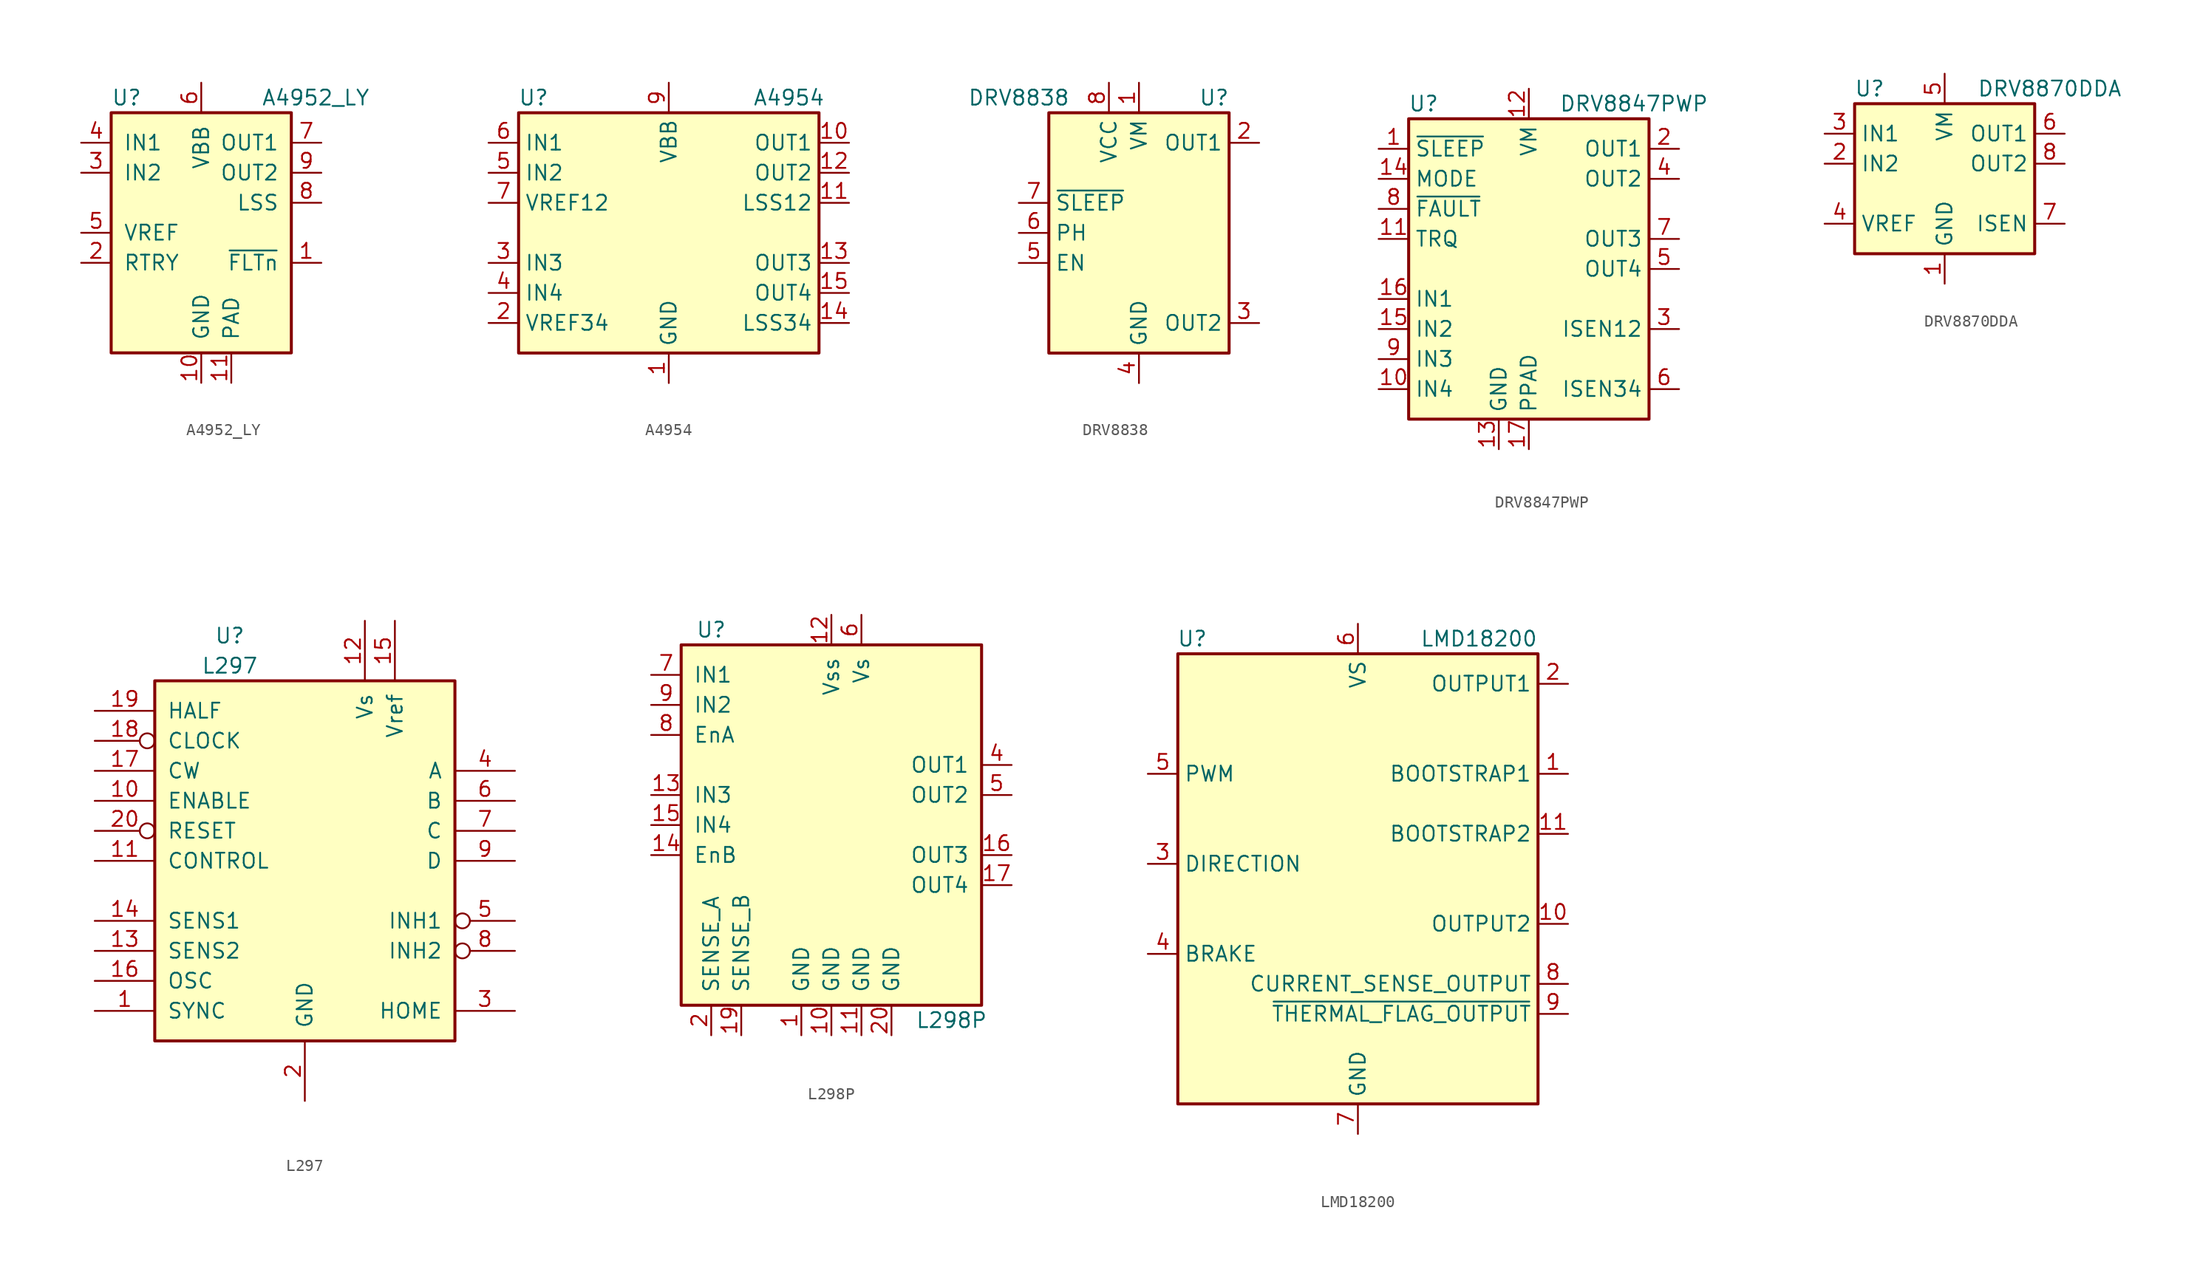
<source format=kicad_sym>
(kicad_symbol_lib
  (version 20201005)
  (generator kicad_symbol_editor)
  (symbol "Driver_Motor:A4952_LY"
    (pin_names
      (offset 1.016))
    (property "Reference" "U"
      (at -7.62 11.43 0)
      (effects (font (size 1.27 1.27)) (justify left)))
    (property "Value" "A4952_LY"
      (at 5.08 11.43 0)
      (effects (font (size 1.27 1.27)) (justify left)))
    (symbol "A4952_LY_0_1"
      (rectangle (start -7.62 10.16) (end 7.62 -10.16) (stroke (width 0.254)) (fill (type background))))
    (symbol "A4952_LY_1_1"
      (pin output line (at 10.16 -2.54 180) (length 2.54) (name "~FLTn" (effects (font (size 1.27 1.27)))) (number "1" (effects (font (size 1.27 1.27)))))
      (pin power_in line (at 0 -12.7 90) (length 2.54) (name "GND" (effects (font (size 1.27 1.27)))) (number "10" (effects (font (size 1.27 1.27)))))
      (pin power_in line (at 2.54 -12.7 90) (length 2.54) (name "PAD" (effects (font (size 1.27 1.27)))) (number "11" (effects (font (size 1.27 1.27)))))
      (pin input line (at -10.16 -2.54 0) (length 2.54) (name "RTRY" (effects (font (size 1.27 1.27)))) (number "2" (effects (font (size 1.27 1.27)))))
      (pin input line (at -10.16 5.08 0) (length 2.54) (name "IN2" (effects (font (size 1.27 1.27)))) (number "3" (effects (font (size 1.27 1.27)))))
      (pin input line (at -10.16 7.62 0) (length 2.54) (name "IN1" (effects (font (size 1.27 1.27)))) (number "4" (effects (font (size 1.27 1.27)))))
      (pin passive line (at -10.16 0 0) (length 2.54) (name "VREF" (effects (font (size 1.27 1.27)))) (number "5" (effects (font (size 1.27 1.27)))))
      (pin power_in line (at 0 12.7 270) (length 2.54) (name "VBB" (effects (font (size 1.27 1.27)))) (number "6" (effects (font (size 1.27 1.27)))))
      (pin power_out line (at 10.16 7.62 180) (length 2.54) (name "OUT1" (effects (font (size 1.27 1.27)))) (number "7" (effects (font (size 1.27 1.27)))))
      (pin power_in line (at 10.16 2.54 180) (length 2.54) (name "LSS" (effects (font (size 1.27 1.27)))) (number "8" (effects (font (size 1.27 1.27)))))
      (pin power_out line (at 10.16 5.08 180) (length 2.54) (name "OUT2" (effects (font (size 1.27 1.27)))) (number "9" (effects (font (size 1.27 1.27)))))))
  (symbol "Driver_Motor:A4954"
    (property "Reference" "U"
      (at -11.43 11.43 0)
      (effects (font (size 1.27 1.27))))
    (property "Value" "A4954"
      (at 10.16 11.43 0)
      (effects (font (size 1.27 1.27))))
    (symbol "A4954_0_1"
      (rectangle (start -12.7 10.16) (end 12.7 -10.16) (stroke (width 0.254)) (fill (type background))))
    (symbol "A4954_1_1"
      (pin power_in line (at 0 -12.7 90) (length 2.54) (name "GND" (effects (font (size 1.27 1.27)))) (number "1" (effects (font (size 1.27 1.27)))))
      (pin power_out line (at 15.24 7.62 180) (length 2.54) (name "OUT1" (effects (font (size 1.27 1.27)))) (number "10" (effects (font (size 1.27 1.27)))))
      (pin power_in line (at 15.24 2.54 180) (length 2.54) (name "LSS12" (effects (font (size 1.27 1.27)))) (number "11" (effects (font (size 1.27 1.27)))))
      (pin power_out line (at 15.24 5.08 180) (length 2.54) (name "OUT2" (effects (font (size 1.27 1.27)))) (number "12" (effects (font (size 1.27 1.27)))))
      (pin power_out line (at 15.24 -2.54 180) (length 2.54) (name "OUT3" (effects (font (size 1.27 1.27)))) (number "13" (effects (font (size 1.27 1.27)))))
      (pin power_in line (at 15.24 -7.62 180) (length 2.54) (name "LSS34" (effects (font (size 1.27 1.27)))) (number "14" (effects (font (size 1.27 1.27)))))
      (pin power_out line (at 15.24 -5.08 180) (length 2.54) (name "OUT4" (effects (font (size 1.27 1.27)))) (number "15" (effects (font (size 1.27 1.27)))))
      (pin passive line (at 0 12.7 270) (length 2.54) hide (name "VBB" (effects (font (size 1.27 1.27)))) (number "16" (effects (font (size 1.27 1.27)))))
      (pin passive line (at 0 -12.7 90) (length 2.54) hide (name "GND" (effects (font (size 1.27 1.27)))) (number "17" (effects (font (size 1.27 1.27)))))
      (pin input line (at -15.24 -7.62 0) (length 2.54) (name "VREF34" (effects (font (size 1.27 1.27)))) (number "2" (effects (font (size 1.27 1.27)))))
      (pin input line (at -15.24 -2.54 0) (length 2.54) (name "IN3" (effects (font (size 1.27 1.27)))) (number "3" (effects (font (size 1.27 1.27)))))
      (pin input line (at -15.24 -5.08 0) (length 2.54) (name "IN4" (effects (font (size 1.27 1.27)))) (number "4" (effects (font (size 1.27 1.27)))))
      (pin input line (at -15.24 5.08 0) (length 2.54) (name "IN2" (effects (font (size 1.27 1.27)))) (number "5" (effects (font (size 1.27 1.27)))))
      (pin input line (at -15.24 7.62 0) (length 2.54) (name "IN1" (effects (font (size 1.27 1.27)))) (number "6" (effects (font (size 1.27 1.27)))))
      (pin input line (at -15.24 2.54 0) (length 2.54) (name "VREF12" (effects (font (size 1.27 1.27)))) (number "7" (effects (font (size 1.27 1.27)))))
      (pin passive line (at 0 -12.7 90) (length 2.54) hide (name "GND" (effects (font (size 1.27 1.27)))) (number "8" (effects (font (size 1.27 1.27)))))
      (pin power_in line (at 0 12.7 270) (length 2.54) (name "VBB" (effects (font (size 1.27 1.27)))) (number "9" (effects (font (size 1.27 1.27)))))))
  (symbol "Driver_Motor:DRV8838"
    (property "Reference" "U"
      (at 6.35 11.43 0)
      (effects (font (size 1.27 1.27))))
    (property "Value" "DRV8838"
      (at -10.16 11.43 0)
      (effects (font (size 1.27 1.27))))
    (symbol "DRV8838_0_1"
      (rectangle (start -7.62 10.16) (end 7.62 -10.16) (stroke (width 0.254)) (fill (type background))))
    (symbol "DRV8838_1_1"
      (pin power_in line (at 0 12.7 270) (length 2.54) (name "VM" (effects (font (size 1.27 1.27)))) (number "1" (effects (font (size 1.27 1.27)))))
      (pin output line (at 10.16 7.62 180) (length 2.54) (name "OUT1" (effects (font (size 1.27 1.27)))) (number "2" (effects (font (size 1.27 1.27)))))
      (pin output line (at 10.16 -7.62 180) (length 2.54) (name "OUT2" (effects (font (size 1.27 1.27)))) (number "3" (effects (font (size 1.27 1.27)))))
      (pin power_in line (at 0 -12.7 90) (length 2.54) (name "GND" (effects (font (size 1.27 1.27)))) (number "4" (effects (font (size 1.27 1.27)))))
      (pin input line (at -10.16 -2.54 0) (length 2.54) (name "EN" (effects (font (size 1.27 1.27)))) (number "5" (effects (font (size 1.27 1.27)))))
      (pin input line (at -10.16 0 0) (length 2.54) (name "PH" (effects (font (size 1.27 1.27)))) (number "6" (effects (font (size 1.27 1.27)))))
      (pin input line (at -10.16 2.54 0) (length 2.54) (name "~SLEEP" (effects (font (size 1.27 1.27)))) (number "7" (effects (font (size 1.27 1.27)))))
      (pin power_in line (at -2.54 12.7 270) (length 2.54) (name "VCC" (effects (font (size 1.27 1.27)))) (number "8" (effects (font (size 1.27 1.27)))))
      (pin passive line (at 0 -12.7 90) (length 2.54) hide (name "GND" (effects (font (size 1.27 1.27)))) (number "9" (effects (font (size 1.27 1.27)))))))
  (symbol "Driver_Motor:DRV8847PWP"
    (property "Reference" "U"
      (at -8.89 13.97 0)
      (effects (font (size 1.27 1.27))))
    (property "Value" "DRV8847PWP"
      (at 8.89 13.97 0)
      (effects (font (size 1.27 1.27))))
    (symbol "DRV8847PWP_0_1"
      (rectangle (start -10.16 -12.7) (end 10.16 12.7) (stroke (width 0.254)) (fill (type background))))
    (symbol "DRV8847PWP_1_1"
      (pin input line (at -12.7 10.16 0) (length 2.54) (name "~SLEEP" (effects (font (size 1.27 1.27)))) (number "1" (effects (font (size 1.27 1.27)))))
      (pin input line (at -12.7 -10.16 0) (length 2.54) (name "IN4" (effects (font (size 1.27 1.27)))) (number "10" (effects (font (size 1.27 1.27)))))
      (pin input line (at -12.7 2.54 0) (length 2.54) (name "TRQ" (effects (font (size 1.27 1.27)))) (number "11" (effects (font (size 1.27 1.27)))))
      (pin power_in line (at 0 15.24 270) (length 2.54) (name "VM" (effects (font (size 1.27 1.27)))) (number "12" (effects (font (size 1.27 1.27)))))
      (pin power_in line (at -2.54 -15.24 90) (length 2.54) (name "GND" (effects (font (size 1.27 1.27)))) (number "13" (effects (font (size 1.27 1.27)))))
      (pin input line (at -12.7 7.62 0) (length 2.54) (name "MODE" (effects (font (size 1.27 1.27)))) (number "14" (effects (font (size 1.27 1.27)))))
      (pin input line (at -12.7 -5.08 0) (length 2.54) (name "IN2" (effects (font (size 1.27 1.27)))) (number "15" (effects (font (size 1.27 1.27)))))
      (pin input line (at -12.7 -2.54 0) (length 2.54) (name "IN1" (effects (font (size 1.27 1.27)))) (number "16" (effects (font (size 1.27 1.27)))))
      (pin power_in line (at 0 -15.24 90) (length 2.54) (name "PPAD" (effects (font (size 1.27 1.27)))) (number "17" (effects (font (size 1.27 1.27)))))
      (pin output line (at 12.7 10.16 180) (length 2.54) (name "OUT1" (effects (font (size 1.27 1.27)))) (number "2" (effects (font (size 1.27 1.27)))))
      (pin passive line (at 12.7 -5.08 180) (length 2.54) (name "ISEN12" (effects (font (size 1.27 1.27)))) (number "3" (effects (font (size 1.27 1.27)))))
      (pin output line (at 12.7 7.62 180) (length 2.54) (name "OUT2" (effects (font (size 1.27 1.27)))) (number "4" (effects (font (size 1.27 1.27)))))
      (pin output line (at 12.7 0 180) (length 2.54) (name "OUT4" (effects (font (size 1.27 1.27)))) (number "5" (effects (font (size 1.27 1.27)))))
      (pin passive line (at 12.7 -10.16 180) (length 2.54) (name "ISEN34" (effects (font (size 1.27 1.27)))) (number "6" (effects (font (size 1.27 1.27)))))
      (pin output line (at 12.7 2.54 180) (length 2.54) (name "OUT3" (effects (font (size 1.27 1.27)))) (number "7" (effects (font (size 1.27 1.27)))))
      (pin open_collector line (at -12.7 5.08 0) (length 2.54) (name "~FAULT" (effects (font (size 1.27 1.27)))) (number "8" (effects (font (size 1.27 1.27)))))
      (pin input line (at -12.7 -7.62 0) (length 2.54) (name "IN3" (effects (font (size 1.27 1.27)))) (number "9" (effects (font (size 1.27 1.27)))))))
  (symbol "Driver_Motor:DRV8870DDA"
    (property "Reference" "U"
      (at -6.35 6.35 0)
      (effects (font (size 1.27 1.27))))
    (property "Value" "DRV8870DDA"
      (at 8.89 6.35 0)
      (effects (font (size 1.27 1.27))))
    (symbol "DRV8870DDA_0_1"
      (rectangle (start -7.62 5.08) (end 7.62 -7.62) (stroke (width 0.254)) (fill (type background))))
    (symbol "DRV8870DDA_1_1"
      (pin power_in line (at 0 -10.16 90) (length 2.54) (name "GND" (effects (font (size 1.27 1.27)))) (number "1" (effects (font (size 1.27 1.27)))))
      (pin input line (at -10.16 0 0) (length 2.54) (name "IN2" (effects (font (size 1.27 1.27)))) (number "2" (effects (font (size 1.27 1.27)))))
      (pin input line (at -10.16 2.54 0) (length 2.54) (name "IN1" (effects (font (size 1.27 1.27)))) (number "3" (effects (font (size 1.27 1.27)))))
      (pin input line (at -10.16 -5.08 0) (length 2.54) (name "VREF" (effects (font (size 1.27 1.27)))) (number "4" (effects (font (size 1.27 1.27)))))
      (pin power_in line (at 0 7.62 270) (length 2.54) (name "VM" (effects (font (size 1.27 1.27)))) (number "5" (effects (font (size 1.27 1.27)))))
      (pin output line (at 10.16 2.54 180) (length 2.54) (name "OUT1" (effects (font (size 1.27 1.27)))) (number "6" (effects (font (size 1.27 1.27)))))
      (pin passive line (at 10.16 -5.08 180) (length 2.54) (name "ISEN" (effects (font (size 1.27 1.27)))) (number "7" (effects (font (size 1.27 1.27)))))
      (pin output line (at 10.16 0 180) (length 2.54) (name "OUT2" (effects (font (size 1.27 1.27)))) (number "8" (effects (font (size 1.27 1.27)))))
      (pin passive line (at 0 -10.16 90) (length 2.54) hide (name "GND" (effects (font (size 1.27 1.27)))) (number "9" (effects (font (size 1.27 1.27)))))))
  (symbol "Driver_Motor:L297"
    (pin_names
      (offset 1.016))
    (property "Reference" "U"
      (at -6.35 19.05 0)
      (effects (font (size 1.27 1.27))))
    (property "Value" "L297"
      (at -6.35 16.51 0)
      (effects (font (size 1.27 1.27))))
    (symbol "L297_0_1"
      (rectangle (start -12.7 15.24) (end 12.7 -15.24) (stroke (width 0.254)) (fill (type background))))
    (symbol "L297_1_0"
      (pin input line (at -17.78 0 0) (length 5.08) (name "CONTROL" (effects (font (size 1.27 1.27)))) (number "11" (effects (font (size 1.27 1.27)))))
      (pin power_in line (at 5.08 20.32 270) (length 5.08) (name "Vs" (effects (font (size 1.27 1.27)))) (number "12" (effects (font (size 1.27 1.27)))))
      (pin input line (at -17.78 -7.62 0) (length 5.08) (name "SENS2" (effects (font (size 1.27 1.27)))) (number "13" (effects (font (size 1.27 1.27)))))
      (pin input line (at -17.78 -5.08 0) (length 5.08) (name "SENS1" (effects (font (size 1.27 1.27)))) (number "14" (effects (font (size 1.27 1.27)))))
      (pin input line (at 7.62 20.32 270) (length 5.08) (name "Vref" (effects (font (size 1.27 1.27)))) (number "15" (effects (font (size 1.27 1.27)))))
      (pin input line (at -17.78 -10.16 0) (length 5.08) (name "OSC" (effects (font (size 1.27 1.27)))) (number "16" (effects (font (size 1.27 1.27)))))
      (pin input line (at -17.78 7.62 0) (length 5.08) (name "CW" (effects (font (size 1.27 1.27)))) (number "17" (effects (font (size 1.27 1.27)))))
      (pin input inverted (at -17.78 10.16 0) (length 5.08) (name "CLOCK" (effects (font (size 1.27 1.27)))) (number "18" (effects (font (size 1.27 1.27)))))
      (pin input line (at -17.78 12.7 0) (length 5.08) (name "HALF" (effects (font (size 1.27 1.27)))) (number "19" (effects (font (size 1.27 1.27)))))
      (pin input inverted (at -17.78 2.54 0) (length 5.08) (name "RESET" (effects (font (size 1.27 1.27)))) (number "20" (effects (font (size 1.27 1.27))))))
    (symbol "L297_1_1"
      (pin bidirectional line (at -17.78 -12.7 0) (length 5.08) (name "SYNC" (effects (font (size 1.27 1.27)))) (number "1" (effects (font (size 1.27 1.27)))))
      (pin input line (at -17.78 5.08 0) (length 5.08) (name "ENABLE" (effects (font (size 1.27 1.27)))) (number "10" (effects (font (size 1.27 1.27)))))
      (pin power_in line (at 0 -20.32 90) (length 5.08) (name "GND" (effects (font (size 1.27 1.27)))) (number "2" (effects (font (size 1.27 1.27)))))
      (pin open_collector line (at 17.78 -12.7 180) (length 5.08) (name "HOME" (effects (font (size 1.27 1.27)))) (number "3" (effects (font (size 1.27 1.27)))))
      (pin output line (at 17.78 7.62 180) (length 5.08) (name "A" (effects (font (size 1.27 1.27)))) (number "4" (effects (font (size 1.27 1.27)))))
      (pin output inverted (at 17.78 -5.08 180) (length 5.08) (name "INH1" (effects (font (size 1.27 1.27)))) (number "5" (effects (font (size 1.27 1.27)))))
      (pin output line (at 17.78 5.08 180) (length 5.08) (name "B" (effects (font (size 1.27 1.27)))) (number "6" (effects (font (size 1.27 1.27)))))
      (pin output line (at 17.78 2.54 180) (length 5.08) (name "C" (effects (font (size 1.27 1.27)))) (number "7" (effects (font (size 1.27 1.27)))))
      (pin output inverted (at 17.78 -7.62 180) (length 5.08) (name "INH2" (effects (font (size 1.27 1.27)))) (number "8" (effects (font (size 1.27 1.27)))))
      (pin output line (at 17.78 0 180) (length 5.08) (name "D" (effects (font (size 1.27 1.27)))) (number "9" (effects (font (size 1.27 1.27)))))))
  (symbol "Driver_Motor:L298P"
    (pin_names
      (offset 1.016))
    (property "Reference" "U"
      (at -10.16 16.51 0)
      (effects (font (size 1.27 1.27))))
    (property "Value" "L298P"
      (at 10.16 -16.51 0)
      (effects (font (size 1.27 1.27))))
    (symbol "L298P_0_1"
      (rectangle (start -12.7 15.24) (end 12.7 -15.24) (stroke (width 0.254)) (fill (type background))))
    (symbol "L298P_1_1"
      (pin power_in line (at -2.54 -17.78 90) (length 2.54) (name "GND" (effects (font (size 1.27 1.27)))) (number "1" (effects (font (size 1.27 1.27)))))
      (pin power_in line (at 0 -17.78 90) (length 2.54) (name "GND" (effects (font (size 1.27 1.27)))) (number "10" (effects (font (size 1.27 1.27)))))
      (pin power_in line (at 2.54 -17.78 90) (length 2.54) (name "GND" (effects (font (size 1.27 1.27)))) (number "11" (effects (font (size 1.27 1.27)))))
      (pin power_in line (at 0 17.78 270) (length 2.54) (name "Vss" (effects (font (size 1.27 1.27)))) (number "12" (effects (font (size 1.27 1.27)))))
      (pin input line (at -15.24 2.54 0) (length 2.54) (name "IN3" (effects (font (size 1.27 1.27)))) (number "13" (effects (font (size 1.27 1.27)))))
      (pin input line (at -15.24 -2.54 0) (length 2.54) (name "EnB" (effects (font (size 1.27 1.27)))) (number "14" (effects (font (size 1.27 1.27)))))
      (pin input line (at -15.24 0 0) (length 2.54) (name "IN4" (effects (font (size 1.27 1.27)))) (number "15" (effects (font (size 1.27 1.27)))))
      (pin output line (at 15.24 -2.54 180) (length 2.54) (name "OUT3" (effects (font (size 1.27 1.27)))) (number "16" (effects (font (size 1.27 1.27)))))
      (pin output line (at 15.24 -5.08 180) (length 2.54) (name "OUT4" (effects (font (size 1.27 1.27)))) (number "17" (effects (font (size 1.27 1.27)))))
      (pin no_connect line (at 15.24 10.16 180) (length 2.54) hide (name "NC" (effects (font (size 1.27 1.27)))) (number "18" (effects (font (size 1.27 1.27)))))
      (pin power_in line (at -7.62 -17.78 90) (length 2.54) (name "SENSE_B" (effects (font (size 1.27 1.27)))) (number "19" (effects (font (size 1.27 1.27)))))
      (pin power_in line (at -10.16 -17.78 90) (length 2.54) (name "SENSE_A" (effects (font (size 1.27 1.27)))) (number "2" (effects (font (size 1.27 1.27)))))
      (pin power_in line (at 5.08 -17.78 90) (length 2.54) (name "GND" (effects (font (size 1.27 1.27)))) (number "20" (effects (font (size 1.27 1.27)))))
      (pin no_connect line (at 15.24 12.7 180) (length 2.54) hide (name "NC" (effects (font (size 1.27 1.27)))) (number "3" (effects (font (size 1.27 1.27)))))
      (pin output line (at 15.24 5.08 180) (length 2.54) (name "OUT1" (effects (font (size 1.27 1.27)))) (number "4" (effects (font (size 1.27 1.27)))))
      (pin output line (at 15.24 2.54 180) (length 2.54) (name "OUT2" (effects (font (size 1.27 1.27)))) (number "5" (effects (font (size 1.27 1.27)))))
      (pin power_in line (at 2.54 17.78 270) (length 2.54) (name "Vs" (effects (font (size 1.27 1.27)))) (number "6" (effects (font (size 1.27 1.27)))))
      (pin input line (at -15.24 12.7 0) (length 2.54) (name "IN1" (effects (font (size 1.27 1.27)))) (number "7" (effects (font (size 1.27 1.27)))))
      (pin input line (at -15.24 7.62 0) (length 2.54) (name "EnA" (effects (font (size 1.27 1.27)))) (number "8" (effects (font (size 1.27 1.27)))))
      (pin input line (at -15.24 10.16 0) (length 2.54) (name "IN2" (effects (font (size 1.27 1.27)))) (number "9" (effects (font (size 1.27 1.27)))))))
  (symbol "Driver_Motor:LMD18200"
    (property "Reference" "U"
      (at -12.7 19.05 0)
      (effects (font (size 1.27 1.27)) (justify right)))
    (property "Value" "LMD18200"
      (at 15.24 19.05 0)
      (effects (font (size 1.27 1.27)) (justify right)))
    (symbol "LMD18200_0_1"
      (rectangle (start -15.24 -20.32) (end 15.24 17.78) (stroke (width 0.254)) (fill (type background))))
    (symbol "LMD18200_1_1"
      (pin passive line (at 17.78 7.62 180) (length 2.54) (name "BOOTSTRAP1" (effects (font (size 1.27 1.27)))) (number "1" (effects (font (size 1.27 1.27)))))
      (pin output line (at 17.78 -5.08 180) (length 2.54) (name "OUTPUT2" (effects (font (size 1.27 1.27)))) (number "10" (effects (font (size 1.27 1.27)))))
      (pin passive line (at 17.78 2.54 180) (length 2.54) (name "BOOTSTRAP2" (effects (font (size 1.27 1.27)))) (number "11" (effects (font (size 1.27 1.27)))))
      (pin output line (at 17.78 15.24 180) (length 2.54) (name "OUTPUT1" (effects (font (size 1.27 1.27)))) (number "2" (effects (font (size 1.27 1.27)))))
      (pin input line (at -17.78 0 0) (length 2.54) (name "DIRECTION" (effects (font (size 1.27 1.27)))) (number "3" (effects (font (size 1.27 1.27)))))
      (pin input line (at -17.78 -7.62 0) (length 2.54) (name "BRAKE" (effects (font (size 1.27 1.27)))) (number "4" (effects (font (size 1.27 1.27)))))
      (pin input line (at -17.78 7.62 0) (length 2.54) (name "PWM" (effects (font (size 1.27 1.27)))) (number "5" (effects (font (size 1.27 1.27)))))
      (pin power_in line (at 0 20.32 270) (length 2.54) (name "VS" (effects (font (size 1.27 1.27)))) (number "6" (effects (font (size 1.27 1.27)))))
      (pin power_in line (at 0 -22.86 90) (length 2.54) (name "GND" (effects (font (size 1.27 1.27)))) (number "7" (effects (font (size 1.27 1.27)))))
      (pin output line (at 17.78 -10.16 180) (length 2.54) (name "CURRENT_SENSE_OUTPUT" (effects (font (size 1.27 1.27)))) (number "8" (effects (font (size 1.27 1.27)))))
      (pin open_collector line (at 17.78 -12.7 180) (length 2.54) (name "~THERMAL_FLAG_OUTPUT" (effects (font (size 1.27 1.27)))) (number "9" (effects (font (size 1.27 1.27))))))))
</source>
